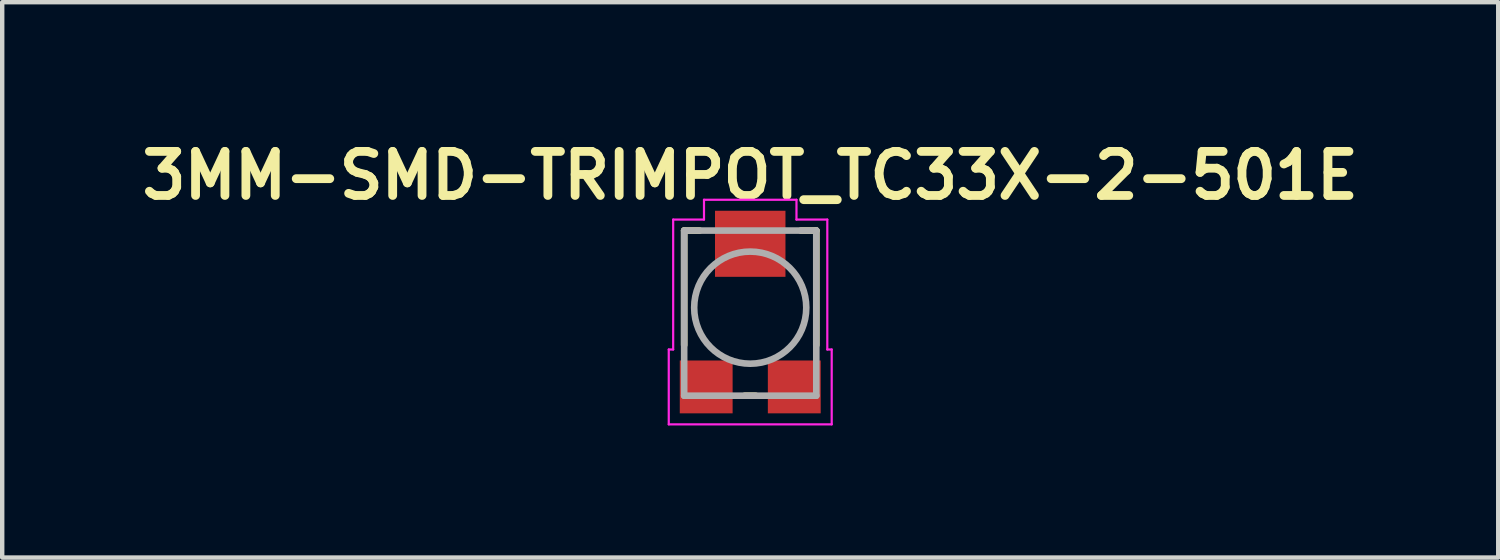
<source format=kicad_pcb>
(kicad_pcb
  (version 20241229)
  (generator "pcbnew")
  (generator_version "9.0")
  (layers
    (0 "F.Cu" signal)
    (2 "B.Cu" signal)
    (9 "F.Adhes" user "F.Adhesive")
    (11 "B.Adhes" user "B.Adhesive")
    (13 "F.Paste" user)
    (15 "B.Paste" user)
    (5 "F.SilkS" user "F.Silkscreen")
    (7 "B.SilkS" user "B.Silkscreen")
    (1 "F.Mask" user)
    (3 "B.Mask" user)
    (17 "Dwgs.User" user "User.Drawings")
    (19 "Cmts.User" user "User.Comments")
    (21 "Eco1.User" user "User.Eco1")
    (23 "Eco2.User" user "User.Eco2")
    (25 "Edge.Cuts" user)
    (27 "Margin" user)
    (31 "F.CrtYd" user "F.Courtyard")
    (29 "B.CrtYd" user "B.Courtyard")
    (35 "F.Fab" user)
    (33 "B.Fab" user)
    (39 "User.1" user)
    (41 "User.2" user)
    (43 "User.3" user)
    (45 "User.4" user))
  (footprint "3MM-SMD-TRIMPOT_TC33X-2-501E"
    (layer "F.Cu")
    (at 13.986 3.936)
    (property "Reference" "3MM-SMD-TRIMPOT_TC33X-2-501E" (at 0 -3 0) (layer "F.SilkS") (effects (font (size 1 1) (thickness 0.2))))
    (attr smd)
    (fp_line (start -1.5 -1.75) (end -1.15 -1.75) (stroke (width 0.15) (type solid)) (layer "F.SilkS"))
    (fp_line (start -1.5 0.85) (end -1.5 -1.75) (stroke (width 0.15) (type solid)) (layer "F.SilkS"))
    (fp_line (start -0.125 2) (end 0.125 2) (stroke (width 0.15) (type solid)) (layer "F.SilkS"))
    (fp_line (start 1.5 -1.75) (end 1.15 -1.75) (stroke (width 0.15) (type solid)) (layer "F.SilkS"))
    (fp_line (start 1.5 0.85) (end 1.5 -1.75) (stroke (width 0.15) (type solid)) (layer "F.SilkS"))
    (fp_line (start -1.85 0.95) (end -1.75 0.95) (stroke (width 0.05) (type solid)) (layer "F.CrtYd"))
    (fp_line (start -1.85 2.65) (end -1.85 0.95) (stroke (width 0.05) (type solid)) (layer "F.CrtYd"))
    (fp_line (start -1.75 -2) (end -1.05 -2) (stroke (width 0.05) (type solid)) (layer "F.CrtYd"))
    (fp_line (start -1.75 0.95) (end -1.75 -2) (stroke (width 0.05) (type solid)) (layer "F.CrtYd"))
    (fp_line (start -1.05 -2.45) (end 1.05 -2.45) (stroke (width 0.05) (type solid)) (layer "F.CrtYd"))
    (fp_line (start -1.05 -2) (end -1.05 -2.45) (stroke (width 0.05) (type solid)) (layer "F.CrtYd"))
    (fp_line (start 1.05 -2.45) (end 1.05 -2) (stroke (width 0.05) (type solid)) (layer "F.CrtYd"))
    (fp_line (start 1.05 -2) (end 1.75 -2) (stroke (width 0.05) (type solid)) (layer "F.CrtYd"))
    (fp_line (start 1.75 -2) (end 1.75 0.95) (stroke (width 0.05) (type solid)) (layer "F.CrtYd"))
    (fp_line (start 1.75 0.95) (end 1.85 0.95) (stroke (width 0.05) (type solid)) (layer "F.CrtYd"))
    (fp_line (start 1.85 0.95) (end 1.85 2.65) (stroke (width 0.05) (type solid)) (layer "F.CrtYd"))
    (fp_line (start 1.85 2.65) (end -1.85 2.65) (stroke (width 0.05) (type solid)) (layer "F.CrtYd"))
    (fp_line (start -1.5 -1.75) (end -1.5 2) (stroke (width 0.15) (type solid)) (layer "F.Fab"))
    (fp_line (start -1.5 -1.75) (end 1.5 -1.75) (stroke (width 0.15) (type solid)) (layer "F.Fab"))
    (fp_line (start -1.5 2) (end 1.5 2) (stroke (width 0.15) (type solid)) (layer "F.Fab"))
    (fp_line (start 1.5 -1.75) (end 1.5 2) (stroke (width 0.15) (type solid)) (layer "F.Fab"))
    (fp_circle (center 0 0) (end -0.9 0.9) (stroke (width 0.15) (type solid)) (fill no) (layer "F.Fab"))
    (pad "1" smd rect (at -1 1.8) (size 1.2 1.2) (layers "F.Cu" "F.Mask" "F.Paste"))
    (pad "2" smd rect (at 0 -1.45) (size 1.6 1.5) (layers "F.Cu" "F.Mask" "F.Paste"))
    (pad "3" smd rect (at 1 1.8) (size 1.2 1.2) (layers "F.Cu" "F.Mask" "F.Paste")))
  (gr_rect
    (start -3 -3)
    (end 30.971 9.611)
    (stroke (width 0.1) (type default))
    (fill no)
    (layer "Edge.Cuts")))
</source>
